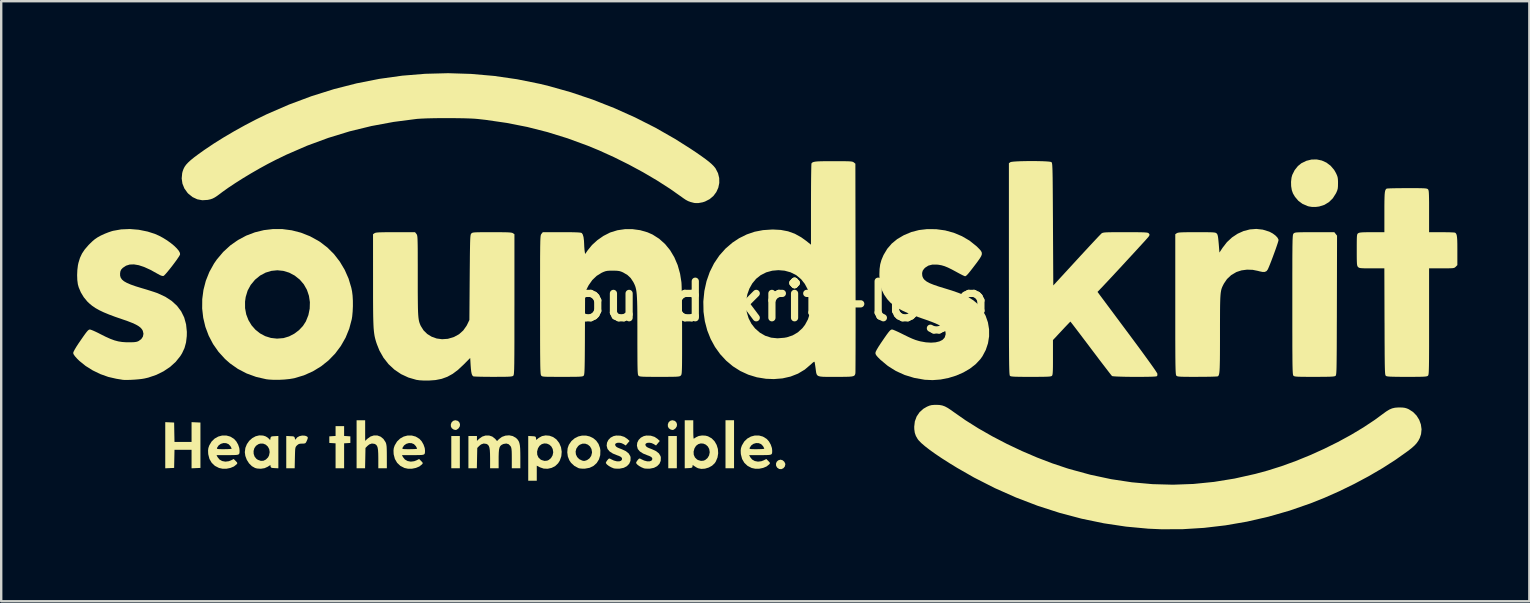
<source format=kicad_pcb>
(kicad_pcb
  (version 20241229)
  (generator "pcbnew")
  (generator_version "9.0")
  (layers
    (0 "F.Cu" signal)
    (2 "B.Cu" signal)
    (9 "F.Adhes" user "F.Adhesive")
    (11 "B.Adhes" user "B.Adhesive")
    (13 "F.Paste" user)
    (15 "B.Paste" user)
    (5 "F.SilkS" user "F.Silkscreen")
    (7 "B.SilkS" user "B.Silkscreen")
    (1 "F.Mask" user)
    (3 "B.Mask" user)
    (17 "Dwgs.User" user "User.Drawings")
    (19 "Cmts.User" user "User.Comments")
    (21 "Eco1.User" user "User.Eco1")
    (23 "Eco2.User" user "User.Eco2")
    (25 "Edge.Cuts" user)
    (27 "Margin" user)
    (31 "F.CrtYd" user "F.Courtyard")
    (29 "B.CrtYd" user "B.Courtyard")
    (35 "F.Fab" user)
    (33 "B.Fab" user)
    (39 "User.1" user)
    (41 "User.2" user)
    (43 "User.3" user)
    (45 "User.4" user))
  (footprint "soundskrit-logo"
    (layer "F.Cu")
    (at 28.825 9.502)
    (property "Reference" "soundskrit-logo" (at 0 0 0) (layer "F.SilkS") (effects (font (size 1.524 1.524) (thickness 0.3))))
    (attr board_only exclude_from_pos_files exclude_from_bom)
    (fp_poly (pts (xy -12.714 6.96) (xy -13.07 6.96) (xy -13.07 5.617) (xy -12.714 5.617)) (stroke (width 0) (type solid)) (fill yes) (layer "F.SilkS"))
    (fp_poly (pts (xy -3.672 6.96) (xy -4.028 6.96) (xy -4.028 5.617) (xy -3.672 5.617)) (stroke (width 0) (type solid)) (fill yes) (layer "F.SilkS"))
    (fp_poly (pts (xy -1.288 6.96) (xy -1.644 6.96) (xy -1.644 4.959) (xy -1.288 4.959)) (stroke (width 0) (type solid)) (fill yes) (layer "F.SilkS"))
    (fp_poly (pts (xy -17.536 5.614) (xy -17.406 5.622) (xy -17.276 5.631) (xy -17.276 5.905) (xy -17.406 5.913) (xy -17.536 5.921) (xy -17.536 6.96) (xy -17.892 6.96) (xy -17.892 5.921) (xy -18.022 5.913) (xy -18.153 5.905) (xy -18.153 5.631) (xy -18.022 5.622) (xy -17.892 5.614) (xy -17.892 5.206) (xy -17.536 5.206)) (stroke (width 0) (type solid)) (fill yes) (layer "F.SilkS"))
    (fp_poly (pts (xy 0.738 6.628) (xy 0.807 6.689) (xy 0.846 6.77) (xy 0.849 6.801) (xy 0.826 6.891) (xy 0.766 6.96) (xy 0.684 6.997) (xy 0.595 6.991) (xy 0.588 6.988) (xy 0.507 6.932) (xy 0.465 6.856) (xy 0.459 6.771) (xy 0.488 6.692) (xy 0.549 6.632) (xy 0.639 6.604) (xy 0.656 6.603)) (stroke (width 0) (type solid)) (fill yes) (layer "F.SilkS"))
    (fp_poly (pts (xy -23.708 5.047) (xy -23.523 5.055) (xy -23.523 6.946) (xy -23.708 6.954) (xy -23.893 6.962) (xy -23.893 6.192) (xy -24.604 6.192) (xy -24.619 6.946) (xy -24.804 6.954) (xy -24.989 6.962) (xy -24.989 5.039) (xy -24.804 5.047) (xy -24.619 5.055) (xy -24.612 5.459) (xy -24.604 5.864) (xy -23.893 5.864) (xy -23.893 5.039)) (stroke (width 0) (type solid)) (fill yes) (layer "F.SilkS"))
    (fp_poly (pts (xy -12.805 4.982) (xy -12.739 5.04) (xy -12.707 5.12) (xy -12.713 5.208) (xy -12.762 5.29) (xy -12.779 5.306) (xy -12.846 5.355) (xy -12.903 5.365) (xy -12.977 5.344) (xy -12.979 5.343) (xy -13.052 5.289) (xy -13.088 5.213) (xy -13.089 5.128) (xy -13.058 5.048) (xy -12.998 4.987) (xy -12.912 4.96) (xy -12.9 4.959)) (stroke (width 0) (type solid)) (fill yes) (layer "F.SilkS"))
    (fp_poly (pts (xy -3.763 4.982) (xy -3.697 5.04) (xy -3.665 5.12) (xy -3.671 5.208) (xy -3.72 5.29) (xy -3.737 5.306) (xy -3.804 5.355) (xy -3.861 5.365) (xy -3.935 5.344) (xy -3.937 5.343) (xy -4.01 5.289) (xy -4.046 5.213) (xy -4.046 5.128) (xy -4.016 5.048) (xy -3.956 4.987) (xy -3.87 4.96) (xy -3.858 4.959)) (stroke (width 0) (type solid)) (fill yes) (layer "F.SilkS"))
    (fp_poly (pts (xy -16.659 5.82) (xy -16.57 5.734) (xy -16.437 5.638) (xy -16.294 5.592) (xy -16.15 5.594) (xy -16.016 5.643) (xy -15.899 5.737) (xy -15.808 5.874) (xy -15.807 5.877) (xy -15.788 5.925) (xy -15.775 5.982) (xy -15.765 6.056) (xy -15.76 6.158) (xy -15.757 6.296) (xy -15.756 6.473) (xy -15.755 6.96) (xy -16.111 6.96) (xy -16.111 6.547) (xy -16.114 6.355) (xy -16.122 6.21) (xy -16.138 6.104) (xy -16.164 6.031) (xy -16.202 5.982) (xy -16.253 5.95) (xy -16.268 5.944) (xy -16.379 5.929) (xy -16.488 5.967) (xy -16.566 6.031) (xy -16.646 6.114) (xy -16.654 6.537) (xy -16.663 6.96) (xy -17.016 6.96) (xy -17.016 4.959) (xy -16.659 4.959)) (stroke (width 0) (type solid)) (fill yes) (layer "F.SilkS"))
    (fp_poly (pts (xy -19.171 5.603) (xy -19.113 5.621) (xy -19.066 5.649) (xy -19.048 5.683) (xy -19.059 5.738) (xy -19.094 5.823) (xy -19.126 5.887) (xy -19.158 5.919) (xy -19.211 5.931) (xy -19.284 5.932) (xy -19.379 5.938) (xy -19.443 5.96) (xy -19.501 6.007) (xy -19.501 6.008) (xy -19.53 6.038) (xy -19.55 6.068) (xy -19.564 6.106) (xy -19.574 6.164) (xy -19.579 6.249) (xy -19.583 6.372) (xy -19.587 6.522) (xy -19.596 6.96) (xy -19.947 6.96) (xy -19.947 5.614) (xy -19.776 5.623) (xy -19.683 5.628) (xy -19.63 5.639) (xy -19.604 5.662) (xy -19.591 5.703) (xy -19.589 5.713) (xy -19.575 5.764) (xy -19.561 5.766) (xy -19.552 5.748) (xy -19.492 5.674) (xy -19.398 5.622) (xy -19.285 5.597)) (stroke (width 0) (type solid)) (fill yes) (layer "F.SilkS"))
    (fp_poly (pts (xy 23.202 -5.864) (xy 23.397 -5.776) (xy 23.571 -5.645) (xy 23.717 -5.474) (xy 23.79 -5.347) (xy 23.834 -5.252) (xy 23.861 -5.174) (xy 23.874 -5.092) (xy 23.879 -4.985) (xy 23.879 -4.918) (xy 23.877 -4.792) (xy 23.869 -4.701) (xy 23.849 -4.623) (xy 23.814 -4.539) (xy 23.79 -4.49) (xy 23.663 -4.29) (xy 23.502 -4.131) (xy 23.31 -4.015) (xy 23.093 -3.947) (xy 22.954 -3.929) (xy 22.798 -3.929) (xy 22.664 -3.95) (xy 22.603 -3.968) (xy 22.396 -4.059) (xy 22.226 -4.185) (xy 22.085 -4.352) (xy 22.001 -4.494) (xy 21.953 -4.63) (xy 21.926 -4.797) (xy 21.922 -4.976) (xy 21.941 -5.148) (xy 21.973 -5.265) (xy 22.073 -5.464) (xy 22.208 -5.633) (xy 22.35 -5.748) (xy 22.559 -5.851) (xy 22.776 -5.904) (xy 22.992 -5.908)) (stroke (width 0) (type solid)) (fill yes) (layer "F.SilkS"))
    (fp_poly (pts (xy -8.98 5.604) (xy -8.828 5.659) (xy -8.693 5.755) (xy -8.688 5.76) (xy -8.572 5.91) (xy -8.498 6.084) (xy -8.469 6.271) (xy -8.485 6.459) (xy -8.547 6.638) (xy -8.618 6.752) (xy -8.738 6.867) (xy -8.887 6.944) (xy -9.052 6.981) (xy -9.22 6.974) (xy -9.377 6.921) (xy -9.38 6.919) (xy -9.508 6.852) (xy -9.508 7.48) (xy -9.864 7.48) (xy -9.864 6.265) (xy -9.495 6.265) (xy -9.488 6.397) (xy -9.439 6.51) (xy -9.35 6.595) (xy -9.307 6.618) (xy -9.186 6.653) (xy -9.077 6.643) (xy -9.012 6.616) (xy -8.916 6.537) (xy -8.85 6.425) (xy -8.823 6.297) (xy -8.823 6.288) (xy -8.845 6.156) (xy -8.902 6.051) (xy -8.986 5.976) (xy -9.087 5.933) (xy -9.195 5.925) (xy -9.3 5.955) (xy -9.392 6.025) (xy -9.457 6.126) (xy -9.495 6.265) (xy -9.864 6.265) (xy -9.864 5.614) (xy -9.707 5.623) (xy -9.617 5.629) (xy -9.569 5.641) (xy -9.548 5.666) (xy -9.54 5.706) (xy -9.532 5.781) (xy -9.424 5.694) (xy -9.291 5.621) (xy -9.139 5.591)) (stroke (width 0) (type solid)) (fill yes) (layer "F.SilkS"))
    (fp_poly (pts (xy -7.457 5.598) (xy -7.3 5.635) (xy -7.155 5.706) (xy -7.031 5.81) (xy -6.935 5.946) (xy -6.874 6.114) (xy -6.858 6.213) (xy -6.864 6.414) (xy -6.917 6.592) (xy -7.011 6.743) (xy -7.142 6.861) (xy -7.306 6.941) (xy -7.498 6.976) (xy -7.503 6.977) (xy -7.611 6.977) (xy -7.71 6.968) (xy -7.768 6.955) (xy -7.939 6.864) (xy -8.08 6.733) (xy -8.152 6.627) (xy -8.214 6.468) (xy -8.237 6.294) (xy -8.234 6.263) (xy -7.89 6.263) (xy -7.877 6.383) (xy -7.825 6.493) (xy -7.737 6.582) (xy -7.617 6.64) (xy -7.541 6.655) (xy -7.494 6.647) (xy -7.424 6.624) (xy -7.411 6.619) (xy -7.312 6.549) (xy -7.24 6.444) (xy -7.208 6.317) (xy -7.206 6.288) (xy -7.229 6.157) (xy -7.29 6.051) (xy -7.379 5.976) (xy -7.486 5.936) (xy -7.602 5.935) (xy -7.715 5.979) (xy -7.781 6.031) (xy -7.859 6.142) (xy -7.89 6.263) (xy -8.234 6.263) (xy -8.222 6.124) (xy -8.172 5.983) (xy -8.064 5.826) (xy -7.93 5.711) (xy -7.78 5.635) (xy -7.619 5.598)) (stroke (width 0) (type solid)) (fill yes) (layer "F.SilkS"))
    (fp_poly (pts (xy -20.915 5.597) (xy -20.816 5.627) (xy -20.737 5.672) (xy -20.673 5.726) (xy -20.619 5.787) (xy -20.605 5.709) (xy -20.593 5.665) (xy -20.569 5.64) (xy -20.517 5.628) (xy -20.434 5.623) (xy -20.276 5.614) (xy -20.276 6.962) (xy -20.434 6.954) (xy -20.524 6.947) (xy -20.573 6.934) (xy -20.594 6.909) (xy -20.6 6.885) (xy -20.609 6.824) (xy -20.719 6.897) (xy -20.85 6.956) (xy -21.006 6.981) (xy -21.164 6.97) (xy -21.249 6.947) (xy -21.381 6.872) (xy -21.498 6.755) (xy -21.591 6.609) (xy -21.652 6.447) (xy -21.674 6.288) (xy -21.667 6.241) (xy -21.309 6.241) (xy -21.305 6.362) (xy -21.265 6.476) (xy -21.188 6.57) (xy -21.126 6.61) (xy -21.004 6.652) (xy -20.895 6.646) (xy -20.794 6.596) (xy -20.705 6.506) (xy -20.663 6.423) (xy -20.638 6.287) (xy -20.658 6.162) (xy -20.714 6.057) (xy -20.799 5.978) (xy -20.905 5.934) (xy -21.027 5.932) (xy -21.105 5.955) (xy -21.209 6.025) (xy -21.277 6.124) (xy -21.309 6.241) (xy -21.667 6.241) (xy -21.651 6.113) (xy -21.587 5.954) (xy -21.49 5.816) (xy -21.366 5.706) (xy -21.225 5.628) (xy -21.072 5.59)) (stroke (width 0) (type solid)) (fill yes) (layer "F.SilkS"))
    (fp_poly (pts (xy -2.987 5.343) (xy -2.986 5.481) (xy -2.983 5.597) (xy -2.978 5.681) (xy -2.972 5.723) (xy -2.97 5.727) (xy -2.939 5.712) (xy -2.884 5.676) (xy -2.87 5.667) (xy -2.76 5.616) (xy -2.622 5.594) (xy -2.478 5.601) (xy -2.374 5.628) (xy -2.221 5.713) (xy -2.1 5.836) (xy -2.013 5.987) (xy -1.961 6.156) (xy -1.949 6.334) (xy -1.977 6.511) (xy -2.048 6.68) (xy -2.096 6.752) (xy -2.204 6.854) (xy -2.343 6.93) (xy -2.498 6.976) (xy -2.653 6.987) (xy -2.791 6.958) (xy -2.86 6.923) (xy -2.933 6.877) (xy -3.01 6.822) (xy -3.019 6.884) (xy -3.03 6.92) (xy -3.06 6.94) (xy -3.122 6.95) (xy -3.185 6.954) (xy -3.343 6.962) (xy -3.343 6.265) (xy -2.974 6.265) (xy -2.967 6.397) (xy -2.917 6.51) (xy -2.829 6.595) (xy -2.786 6.618) (xy -2.665 6.653) (xy -2.556 6.643) (xy -2.491 6.616) (xy -2.395 6.537) (xy -2.328 6.425) (xy -2.302 6.297) (xy -2.302 6.288) (xy -2.323 6.156) (xy -2.381 6.051) (xy -2.465 5.976) (xy -2.566 5.933) (xy -2.674 5.925) (xy -2.779 5.955) (xy -2.871 6.025) (xy -2.935 6.126) (xy -2.974 6.265) (xy -3.343 6.265) (xy -3.343 4.959) (xy -2.987 4.959)) (stroke (width 0) (type solid)) (fill yes) (layer "F.SilkS"))
    (fp_poly (pts (xy -10.509 5.619) (xy -10.379 5.692) (xy -10.361 5.708) (xy -10.305 5.766) (xy -10.263 5.829) (xy -10.233 5.906) (xy -10.212 6.006) (xy -10.2 6.137) (xy -10.195 6.307) (xy -10.193 6.473) (xy -10.193 6.96) (xy -10.549 6.96) (xy -10.549 6.542) (xy -10.55 6.377) (xy -10.553 6.257) (xy -10.56 6.171) (xy -10.57 6.111) (xy -10.586 6.066) (xy -10.602 6.038) (xy -10.678 5.959) (xy -10.777 5.929) (xy -10.894 5.948) (xy -10.914 5.956) (xy -10.979 5.989) (xy -11.027 6.033) (xy -11.06 6.096) (xy -11.081 6.185) (xy -11.092 6.31) (xy -11.097 6.477) (xy -11.097 6.561) (xy -11.097 6.96) (xy -11.453 6.96) (xy -11.453 6.547) (xy -11.456 6.355) (xy -11.464 6.21) (xy -11.48 6.104) (xy -11.506 6.031) (xy -11.544 5.982) (xy -11.595 5.95) (xy -11.61 5.944) (xy -11.721 5.929) (xy -11.83 5.967) (xy -11.908 6.031) (xy -11.988 6.114) (xy -12.005 6.96) (xy -12.357 6.96) (xy -12.357 5.617) (xy -12.001 5.617) (xy -12.001 5.82) (xy -11.912 5.734) (xy -11.782 5.641) (xy -11.64 5.595) (xy -11.496 5.595) (xy -11.36 5.64) (xy -11.243 5.732) (xy -11.232 5.745) (xy -11.164 5.826) (xy -11.084 5.746) (xy -10.958 5.652) (xy -10.811 5.6) (xy -10.658 5.588)) (stroke (width 0) (type solid)) (fill yes) (layer "F.SilkS"))
    (fp_poly (pts (xy -6.022 5.602) (xy -5.861 5.652) (xy -5.737 5.735) (xy -5.642 5.823) (xy -5.8 6.011) (xy -5.897 5.951) (xy -5.986 5.911) (xy -6.076 5.895) (xy -6.156 5.901) (xy -6.216 5.925) (xy -6.244 5.966) (xy -6.23 6.022) (xy -6.203 6.056) (xy -6.165 6.085) (xy -6.102 6.115) (xy -6.003 6.154) (xy -5.962 6.169) (xy -5.796 6.247) (xy -5.679 6.342) (xy -5.612 6.454) (xy -5.599 6.511) (xy -5.604 6.652) (xy -5.658 6.775) (xy -5.753 6.873) (xy -5.885 6.942) (xy -6.048 6.975) (xy -6.061 6.976) (xy -6.165 6.977) (xy -6.256 6.972) (xy -6.304 6.963) (xy -6.41 6.919) (xy -6.507 6.863) (xy -6.583 6.804) (xy -6.625 6.75) (xy -6.63 6.729) (xy -6.613 6.69) (xy -6.573 6.631) (xy -6.562 6.618) (xy -6.516 6.566) (xy -6.482 6.552) (xy -6.438 6.569) (xy -6.419 6.58) (xy -6.294 6.639) (xy -6.174 6.67) (xy -6.072 6.673) (xy -5.996 6.648) (xy -5.959 6.6) (xy -5.957 6.541) (xy -5.996 6.491) (xy -6.083 6.446) (xy -6.147 6.424) (xy -6.336 6.348) (xy -6.472 6.261) (xy -6.555 6.162) (xy -6.562 6.149) (xy -6.596 6.02) (xy -6.581 5.894) (xy -6.524 5.779) (xy -6.432 5.684) (xy -6.309 5.62) (xy -6.201 5.597)) (stroke (width 0) (type solid)) (fill yes) (layer "F.SilkS"))
    (fp_poly (pts (xy -4.761 5.602) (xy -4.6 5.652) (xy -4.477 5.735) (xy -4.382 5.823) (xy -4.539 6.011) (xy -4.636 5.951) (xy -4.725 5.911) (xy -4.815 5.895) (xy -4.896 5.901) (xy -4.956 5.925) (xy -4.984 5.966) (xy -4.97 6.022) (xy -4.943 6.056) (xy -4.904 6.085) (xy -4.842 6.115) (xy -4.742 6.154) (xy -4.702 6.169) (xy -4.536 6.247) (xy -4.418 6.342) (xy -4.351 6.454) (xy -4.338 6.511) (xy -4.344 6.652) (xy -4.397 6.775) (xy -4.493 6.873) (xy -4.625 6.942) (xy -4.788 6.975) (xy -4.801 6.976) (xy -4.905 6.977) (xy -4.996 6.972) (xy -5.043 6.963) (xy -5.149 6.919) (xy -5.246 6.863) (xy -5.322 6.804) (xy -5.365 6.75) (xy -5.369 6.729) (xy -5.353 6.69) (xy -5.313 6.631) (xy -5.302 6.618) (xy -5.256 6.566) (xy -5.222 6.552) (xy -5.177 6.569) (xy -5.159 6.58) (xy -5.033 6.639) (xy -4.914 6.67) (xy -4.811 6.673) (xy -4.735 6.648) (xy -4.698 6.6) (xy -4.696 6.541) (xy -4.736 6.491) (xy -4.822 6.446) (xy -4.886 6.424) (xy -5.075 6.348) (xy -5.211 6.261) (xy -5.295 6.162) (xy -5.301 6.149) (xy -5.335 6.02) (xy -5.321 5.894) (xy -5.264 5.779) (xy -5.171 5.684) (xy -5.049 5.62) (xy -4.941 5.597)) (stroke (width 0) (type solid)) (fill yes) (layer "F.SilkS"))
    (fp_poly (pts (xy -22.279 5.64) (xy -22.126 5.734) (xy -22.124 5.735) (xy -22.029 5.84) (xy -21.952 5.975) (xy -21.904 6.117) (xy -21.893 6.211) (xy -21.893 6.282) (xy -21.898 6.334) (xy -21.917 6.37) (xy -21.955 6.393) (xy -22.021 6.405) (xy -22.122 6.41) (xy -22.265 6.412) (xy -22.39 6.412) (xy -22.853 6.412) (xy -22.81 6.495) (xy -22.73 6.595) (xy -22.618 6.659) (xy -22.485 6.684) (xy -22.344 6.667) (xy -22.247 6.63) (xy -22.137 6.574) (xy -22.053 6.658) (xy -22.002 6.712) (xy -21.985 6.746) (xy -22 6.777) (xy -22.02 6.8) (xy -22.128 6.886) (xy -22.272 6.946) (xy -22.434 6.979) (xy -22.599 6.98) (xy -22.749 6.948) (xy -22.92 6.86) (xy -23.053 6.733) (xy -23.147 6.573) (xy -23.196 6.383) (xy -23.201 6.333) (xy -23.205 6.213) (xy -23.195 6.138) (xy -22.836 6.138) (xy -22.822 6.151) (xy -22.782 6.16) (xy -22.707 6.164) (xy -22.59 6.165) (xy -22.536 6.165) (xy -22.412 6.163) (xy -22.311 6.159) (xy -22.244 6.152) (xy -22.222 6.144) (xy -22.235 6.11) (xy -22.267 6.05) (xy -22.275 6.036) (xy -22.353 5.955) (xy -22.453 5.914) (xy -22.564 5.91) (xy -22.672 5.942) (xy -22.765 6.008) (xy -22.829 6.106) (xy -22.833 6.117) (xy -22.836 6.138) (xy -23.195 6.138) (xy -23.193 6.119) (xy -23.16 6.023) (xy -23.153 6.005) (xy -23.058 5.846) (xy -22.931 5.723) (xy -22.78 5.639) (xy -22.616 5.595) (xy -22.446 5.595)) (stroke (width 0) (type solid)) (fill yes) (layer "F.SilkS"))
    (fp_poly (pts (xy -14.553 5.64) (xy -14.399 5.734) (xy -14.397 5.735) (xy -14.302 5.84) (xy -14.226 5.975) (xy -14.177 6.117) (xy -14.166 6.211) (xy -14.166 6.282) (xy -14.172 6.334) (xy -14.19 6.37) (xy -14.228 6.393) (xy -14.294 6.405) (xy -14.395 6.41) (xy -14.538 6.412) (xy -14.663 6.412) (xy -15.126 6.412) (xy -15.083 6.495) (xy -15.003 6.595) (xy -14.891 6.659) (xy -14.758 6.684) (xy -14.617 6.667) (xy -14.52 6.63) (xy -14.41 6.574) (xy -14.326 6.658) (xy -14.275 6.712) (xy -14.259 6.746) (xy -14.273 6.777) (xy -14.293 6.8) (xy -14.401 6.886) (xy -14.545 6.946) (xy -14.707 6.979) (xy -14.872 6.98) (xy -15.022 6.948) (xy -15.193 6.86) (xy -15.327 6.733) (xy -15.42 6.573) (xy -15.47 6.383) (xy -15.474 6.333) (xy -15.478 6.213) (xy -15.468 6.138) (xy -15.109 6.138) (xy -15.095 6.151) (xy -15.055 6.16) (xy -14.981 6.164) (xy -14.863 6.165) (xy -14.809 6.165) (xy -14.685 6.163) (xy -14.584 6.159) (xy -14.517 6.152) (xy -14.495 6.144) (xy -14.508 6.11) (xy -14.54 6.05) (xy -14.548 6.036) (xy -14.626 5.955) (xy -14.727 5.914) (xy -14.837 5.91) (xy -14.945 5.942) (xy -15.038 6.008) (xy -15.102 6.106) (xy -15.106 6.117) (xy -15.109 6.138) (xy -15.468 6.138) (xy -15.466 6.119) (xy -15.433 6.023) (xy -15.426 6.005) (xy -15.331 5.846) (xy -15.204 5.723) (xy -15.053 5.639) (xy -14.889 5.595) (xy -14.719 5.595)) (stroke (width 0) (type solid)) (fill yes) (layer "F.SilkS"))
    (fp_poly (pts (xy -0.085 5.64) (xy 0.068 5.734) (xy 0.07 5.735) (xy 0.165 5.84) (xy 0.242 5.975) (xy 0.29 6.117) (xy 0.301 6.211) (xy 0.301 6.282) (xy 0.296 6.334) (xy 0.278 6.37) (xy 0.239 6.393) (xy 0.173 6.405) (xy 0.072 6.41) (xy -0.071 6.412) (xy -0.195 6.412) (xy -0.659 6.412) (xy -0.616 6.495) (xy -0.536 6.595) (xy -0.423 6.659) (xy -0.291 6.684) (xy -0.15 6.667) (xy -0.053 6.63) (xy 0.057 6.574) (xy 0.141 6.658) (xy 0.192 6.712) (xy 0.209 6.746) (xy 0.194 6.777) (xy 0.174 6.8) (xy 0.066 6.886) (xy -0.077 6.946) (xy -0.24 6.979) (xy -0.405 6.98) (xy -0.555 6.948) (xy -0.725 6.86) (xy -0.859 6.733) (xy -0.953 6.573) (xy -1.002 6.383) (xy -1.007 6.333) (xy -1.011 6.213) (xy -1.001 6.138) (xy -0.642 6.138) (xy -0.628 6.151) (xy -0.588 6.16) (xy -0.513 6.164) (xy -0.396 6.165) (xy -0.342 6.165) (xy -0.218 6.163) (xy -0.117 6.159) (xy -0.05 6.152) (xy -0.028 6.144) (xy -0.041 6.11) (xy -0.073 6.05) (xy -0.081 6.036) (xy -0.159 5.955) (xy -0.259 5.914) (xy -0.37 5.91) (xy -0.478 5.942) (xy -0.571 6.008) (xy -0.635 6.106) (xy -0.639 6.117) (xy -0.642 6.138) (xy -1.001 6.138) (xy -0.998 6.119) (xy -0.966 6.023) (xy -0.958 6.005) (xy -0.863 5.846) (xy -0.736 5.723) (xy -0.586 5.639) (xy -0.421 5.595) (xy -0.251 5.595)) (stroke (width 0) (type solid)) (fill yes) (layer "F.SilkS"))
    (fp_poly (pts (xy 23.839 -2.732) (xy 23.832 0.171) (xy 23.831 0.633) (xy 23.829 1.043) (xy 23.828 1.404) (xy 23.827 1.72) (xy 23.826 1.994) (xy 23.824 2.228) (xy 23.822 2.427) (xy 23.82 2.592) (xy 23.818 2.728) (xy 23.815 2.836) (xy 23.811 2.921) (xy 23.807 2.986) (xy 23.802 3.033) (xy 23.796 3.066) (xy 23.79 3.087) (xy 23.783 3.101) (xy 23.775 3.109) (xy 23.771 3.112) (xy 23.746 3.124) (xy 23.702 3.133) (xy 23.634 3.14) (xy 23.535 3.145) (xy 23.401 3.148) (xy 23.226 3.15) (xy 23.004 3.151) (xy 22.892 3.151) (xy 22.656 3.151) (xy 22.469 3.15) (xy 22.325 3.148) (xy 22.218 3.145) (xy 22.14 3.14) (xy 22.088 3.133) (xy 22.054 3.124) (xy 22.032 3.112) (xy 22.02 3.101) (xy 22.013 3.09) (xy 22.007 3.071) (xy 22.001 3.041) (xy 21.996 2.998) (xy 21.992 2.938) (xy 21.988 2.858) (xy 21.985 2.755) (xy 21.982 2.626) (xy 21.98 2.468) (xy 21.979 2.277) (xy 21.977 2.051) (xy 21.976 1.786) (xy 21.976 1.48) (xy 21.975 1.13) (xy 21.975 0.731) (xy 21.975 0.282) (xy 21.975 0.142) (xy 21.975 -0.321) (xy 21.975 -0.731) (xy 21.975 -1.093) (xy 21.976 -1.41) (xy 21.976 -1.684) (xy 21.977 -1.919) (xy 21.979 -2.118) (xy 21.98 -2.285) (xy 21.983 -2.421) (xy 21.985 -2.531) (xy 21.989 -2.617) (xy 21.993 -2.683) (xy 21.997 -2.732) (xy 22.003 -2.766) (xy 22.009 -2.79) (xy 22.016 -2.806) (xy 22.024 -2.816) (xy 22.03 -2.822) (xy 22.048 -2.838) (xy 22.071 -2.85) (xy 22.105 -2.86) (xy 22.157 -2.867) (xy 22.233 -2.871) (xy 22.339 -2.874) (xy 22.481 -2.876) (xy 22.665 -2.877) (xy 22.897 -2.877) (xy 23.725 -2.877)) (stroke (width 0) (type solid)) (fill yes) (layer "F.SilkS"))
    (fp_poly (pts (xy -20.106 -3.006) (xy -19.718 -2.955) (xy -19.333 -2.856) (xy -18.957 -2.707) (xy -18.594 -2.507) (xy -18.536 -2.47) (xy -18.231 -2.236) (xy -17.955 -1.96) (xy -17.714 -1.648) (xy -17.511 -1.307) (xy -17.35 -0.943) (xy -17.236 -0.561) (xy -17.205 -0.411) (xy -17.183 -0.235) (xy -17.171 -0.023) (xy -17.17 0.204) (xy -17.18 0.43) (xy -17.199 0.634) (xy -17.217 0.748) (xy -17.322 1.144) (xy -17.474 1.517) (xy -17.672 1.864) (xy -17.91 2.182) (xy -18.186 2.466) (xy -18.497 2.714) (xy -18.839 2.922) (xy -19.209 3.087) (xy -19.603 3.205) (xy -19.619 3.209) (xy -19.805 3.241) (xy -20.022 3.263) (xy -20.252 3.275) (xy -20.476 3.275) (xy -20.677 3.263) (xy -20.783 3.25) (xy -21.204 3.153) (xy -21.597 3.01) (xy -21.961 2.821) (xy -22.294 2.587) (xy -22.498 2.407) (xy -22.77 2.108) (xy -22.998 1.782) (xy -23.18 1.433) (xy -23.317 1.067) (xy -23.407 0.689) (xy -23.451 0.303) (xy -23.448 0.014) (xy -21.664 0.014) (xy -21.663 0.289) (xy -21.615 0.548) (xy -21.523 0.787) (xy -21.394 1.002) (xy -21.231 1.187) (xy -21.039 1.34) (xy -20.822 1.456) (xy -20.585 1.53) (xy -20.332 1.558) (xy -20.068 1.537) (xy -20.054 1.534) (xy -19.83 1.466) (xy -19.614 1.354) (xy -19.417 1.206) (xy -19.251 1.03) (xy -19.13 0.842) (xy -19.025 0.579) (xy -18.97 0.309) (xy -18.962 0.039) (xy -19.001 -0.224) (xy -19.085 -0.474) (xy -19.214 -0.702) (xy -19.383 -0.9) (xy -19.597 -1.07) (xy -19.828 -1.192) (xy -20.071 -1.265) (xy -20.319 -1.29) (xy -20.567 -1.265) (xy -20.808 -1.192) (xy -21.035 -1.071) (xy -21.244 -0.9) (xy -21.251 -0.893) (xy -21.428 -0.68) (xy -21.557 -0.442) (xy -21.637 -0.177) (xy -21.664 0.014) (xy -23.448 0.014) (xy -23.448 -0.085) (xy -23.397 -0.472) (xy -23.299 -0.851) (xy -23.152 -1.219) (xy -22.957 -1.57) (xy -22.84 -1.739) (xy -22.575 -2.053) (xy -22.28 -2.324) (xy -21.958 -2.551) (xy -21.614 -2.734) (xy -21.253 -2.871) (xy -20.878 -2.963) (xy -20.494 -3.008)) (stroke (width 0) (type solid)) (fill yes) (layer "F.SilkS"))
    (fp_poly (pts (xy 7.27 4.323) (xy 7.386 4.343) (xy 7.498 4.383) (xy 7.618 4.447) (xy 7.759 4.54) (xy 7.861 4.614) (xy 8.356 4.96) (xy 8.898 5.301) (xy 9.475 5.63) (xy 10.08 5.945) (xy 10.703 6.24) (xy 11.335 6.511) (xy 11.967 6.753) (xy 12.59 6.962) (xy 12.685 6.991) (xy 13.56 7.23) (xy 14.427 7.415) (xy 15.289 7.545) (xy 16.147 7.622) (xy 17.002 7.645) (xy 17.856 7.614) (xy 18.712 7.528) (xy 19.569 7.389) (xy 20.431 7.196) (xy 20.942 7.057) (xy 21.526 6.873) (xy 22.119 6.658) (xy 22.713 6.416) (xy 23.3 6.151) (xy 23.871 5.868) (xy 24.418 5.57) (xy 24.933 5.261) (xy 25.408 4.946) (xy 25.73 4.709) (xy 25.885 4.596) (xy 26.015 4.516) (xy 26.133 4.465) (xy 26.254 4.437) (xy 26.389 4.427) (xy 26.441 4.426) (xy 26.57 4.43) (xy 26.666 4.443) (xy 26.751 4.468) (xy 26.829 4.502) (xy 27.007 4.616) (xy 27.153 4.766) (xy 27.262 4.941) (xy 27.332 5.134) (xy 27.36 5.336) (xy 27.34 5.537) (xy 27.286 5.701) (xy 27.226 5.815) (xy 27.153 5.919) (xy 27.059 6.02) (xy 26.934 6.13) (xy 26.787 6.244) (xy 26.289 6.598) (xy 25.745 6.948) (xy 25.165 7.287) (xy 24.557 7.612) (xy 23.932 7.917) (xy 23.298 8.198) (xy 22.728 8.425) (xy 21.86 8.726) (xy 20.978 8.979) (xy 20.086 9.184) (xy 19.19 9.339) (xy 18.293 9.444) (xy 17.401 9.499) (xy 16.517 9.502) (xy 15.974 9.478) (xy 15.047 9.392) (xy 14.119 9.253) (xy 13.193 9.061) (xy 12.273 8.817) (xy 11.362 8.523) (xy 10.463 8.179) (xy 9.579 7.787) (xy 8.714 7.347) (xy 8.014 6.947) (xy 7.679 6.742) (xy 7.374 6.547) (xy 7.103 6.365) (xy 6.867 6.196) (xy 6.671 6.044) (xy 6.516 5.911) (xy 6.406 5.798) (xy 6.364 5.744) (xy 6.289 5.614) (xy 6.244 5.484) (xy 6.223 5.335) (xy 6.22 5.228) (xy 6.246 5.006) (xy 6.321 4.803) (xy 6.441 4.626) (xy 6.603 4.48) (xy 6.754 4.393) (xy 6.855 4.351) (xy 6.947 4.328) (xy 7.055 4.319) (xy 7.138 4.317)) (stroke (width 0) (type solid)) (fill yes) (layer "F.SilkS"))
    (fp_poly (pts (xy -12.243 -9.472) (xy -11.285 -9.388) (xy -10.329 -9.25) (xy -9.374 -9.057) (xy -8.987 -8.962) (xy -8.084 -8.707) (xy -7.182 -8.403) (xy -6.289 -8.052) (xy -5.413 -7.66) (xy -4.562 -7.229) (xy -3.744 -6.762) (xy -3.124 -6.37) (xy -2.867 -6.199) (xy -2.654 -6.051) (xy -2.479 -5.925) (xy -2.338 -5.816) (xy -2.227 -5.721) (xy -2.142 -5.637) (xy -2.077 -5.56) (xy -2.056 -5.53) (xy -1.956 -5.335) (xy -1.906 -5.132) (xy -1.903 -4.928) (xy -1.944 -4.731) (xy -2.027 -4.548) (xy -2.148 -4.386) (xy -2.306 -4.253) (xy -2.497 -4.155) (xy -2.595 -4.123) (xy -2.773 -4.09) (xy -2.923 -4.092) (xy -2.973 -4.102) (xy -3.1 -4.135) (xy -3.203 -4.173) (xy -3.301 -4.226) (xy -3.414 -4.302) (xy -3.453 -4.331) (xy -3.952 -4.683) (xy -4.496 -5.032) (xy -5.074 -5.372) (xy -5.675 -5.697) (xy -6.29 -6.003) (xy -6.907 -6.283) (xy -7.384 -6.48) (xy -8.224 -6.788) (xy -9.06 -7.047) (xy -9.902 -7.261) (xy -10.76 -7.43) (xy -11.644 -7.558) (xy -11.974 -7.595) (xy -12.12 -7.607) (xy -12.31 -7.616) (xy -12.537 -7.623) (xy -12.789 -7.627) (xy -13.057 -7.63) (xy -13.332 -7.63) (xy -13.605 -7.629) (xy -13.864 -7.625) (xy -14.102 -7.619) (xy -14.307 -7.61) (xy -14.472 -7.6) (xy -14.522 -7.595) (xy -15.472 -7.472) (xy -16.399 -7.3) (xy -17.306 -7.079) (xy -18.196 -6.806) (xy -19.073 -6.483) (xy -19.942 -6.106) (xy -20.391 -5.888) (xy -20.723 -5.717) (xy -21.066 -5.529) (xy -21.411 -5.33) (xy -21.748 -5.127) (xy -22.068 -4.924) (xy -22.36 -4.73) (xy -22.615 -4.548) (xy -22.687 -4.493) (xy -22.819 -4.395) (xy -22.922 -4.327) (xy -23.012 -4.28) (xy -23.103 -4.248) (xy -23.207 -4.225) (xy -23.225 -4.222) (xy -23.445 -4.208) (xy -23.654 -4.247) (xy -23.849 -4.338) (xy -24.025 -4.479) (xy -24.059 -4.514) (xy -24.191 -4.697) (xy -24.273 -4.9) (xy -24.304 -5.116) (xy -24.283 -5.339) (xy -24.263 -5.416) (xy -24.229 -5.51) (xy -24.184 -5.599) (xy -24.121 -5.688) (xy -24.036 -5.78) (xy -23.925 -5.882) (xy -23.782 -5.998) (xy -23.603 -6.131) (xy -23.383 -6.288) (xy -23.338 -6.319) (xy -22.965 -6.57) (xy -22.552 -6.828) (xy -22.113 -7.086) (xy -21.661 -7.337) (xy -21.211 -7.572) (xy -20.774 -7.785) (xy -20.757 -7.793) (xy -19.831 -8.195) (xy -18.899 -8.543) (xy -17.96 -8.838) (xy -17.015 -9.079) (xy -16.066 -9.266) (xy -15.113 -9.399) (xy -14.158 -9.477) (xy -13.201 -9.502)) (stroke (width 0) (type solid)) (fill yes) (layer "F.SilkS"))
    (fp_poly (pts (xy 20.744 -2.983) (xy 21.004 -2.903) (xy 21.03 -2.892) (xy 21.159 -2.823) (xy 21.27 -2.741) (xy 21.351 -2.657) (xy 21.395 -2.577) (xy 21.4 -2.547) (xy 21.39 -2.502) (xy 21.364 -2.415) (xy 21.324 -2.296) (xy 21.275 -2.154) (xy 21.218 -1.998) (xy 21.159 -1.838) (xy 21.1 -1.682) (xy 21.045 -1.541) (xy 20.997 -1.424) (xy 20.959 -1.339) (xy 20.95 -1.32) (xy 20.9 -1.255) (xy 20.828 -1.222) (xy 20.728 -1.221) (xy 20.591 -1.25) (xy 20.551 -1.262) (xy 20.324 -1.308) (xy 20.088 -1.316) (xy 19.858 -1.286) (xy 19.652 -1.219) (xy 19.641 -1.214) (xy 19.426 -1.087) (xy 19.254 -0.926) (xy 19.126 -0.737) (xy 19.093 -0.674) (xy 19.065 -0.617) (xy 19.041 -0.561) (xy 19.021 -0.501) (xy 19.005 -0.432) (xy 18.992 -0.35) (xy 18.982 -0.251) (xy 18.974 -0.128) (xy 18.969 0.021) (xy 18.965 0.202) (xy 18.963 0.419) (xy 18.962 0.677) (xy 18.961 0.981) (xy 18.961 1.334) (xy 18.961 1.687) (xy 18.96 1.99) (xy 18.959 2.245) (xy 18.957 2.459) (xy 18.953 2.633) (xy 18.949 2.773) (xy 18.943 2.883) (xy 18.935 2.967) (xy 18.925 3.028) (xy 18.913 3.072) (xy 18.899 3.101) (xy 18.883 3.12) (xy 18.87 3.129) (xy 18.835 3.135) (xy 18.753 3.139) (xy 18.63 3.144) (xy 18.473 3.147) (xy 18.29 3.149) (xy 18.087 3.15) (xy 18.013 3.151) (xy 17.778 3.151) (xy 17.591 3.15) (xy 17.447 3.148) (xy 17.34 3.145) (xy 17.263 3.14) (xy 17.21 3.133) (xy 17.177 3.124) (xy 17.155 3.112) (xy 17.143 3.101) (xy 17.136 3.09) (xy 17.129 3.071) (xy 17.124 3.041) (xy 17.119 2.998) (xy 17.115 2.938) (xy 17.111 2.858) (xy 17.108 2.756) (xy 17.105 2.627) (xy 17.103 2.468) (xy 17.101 2.278) (xy 17.1 2.053) (xy 17.099 1.789) (xy 17.098 1.483) (xy 17.098 1.133) (xy 17.098 0.735) (xy 17.098 0.287) (xy 17.098 0.13) (xy 17.098 -2.792) (xy 17.159 -2.834) (xy 17.184 -2.847) (xy 17.223 -2.857) (xy 17.283 -2.865) (xy 17.368 -2.87) (xy 17.486 -2.874) (xy 17.643 -2.876) (xy 17.845 -2.877) (xy 17.994 -2.877) (xy 18.222 -2.877) (xy 18.401 -2.876) (xy 18.537 -2.874) (xy 18.638 -2.871) (xy 18.71 -2.865) (xy 18.758 -2.858) (xy 18.79 -2.847) (xy 18.811 -2.834) (xy 18.821 -2.825) (xy 18.842 -2.8) (xy 18.858 -2.766) (xy 18.872 -2.714) (xy 18.884 -2.638) (xy 18.896 -2.528) (xy 18.91 -2.378) (xy 18.921 -2.24) (xy 18.938 -2.028) (xy 19.068 -2.226) (xy 19.251 -2.462) (xy 19.463 -2.659) (xy 19.697 -2.814) (xy 19.948 -2.926) (xy 20.21 -2.993) (xy 20.477 -3.013)) (stroke (width 0) (type solid)) (fill yes) (layer "F.SilkS"))
    (fp_poly (pts (xy 26.994 -4.712) (xy 27.181 -4.712) (xy 27.325 -4.71) (xy 27.432 -4.707) (xy 27.509 -4.702) (xy 27.561 -4.695) (xy 27.595 -4.686) (xy 27.617 -4.674) (xy 27.629 -4.663) (xy 27.642 -4.644) (xy 27.652 -4.614) (xy 27.66 -4.567) (xy 27.665 -4.498) (xy 27.669 -4.401) (xy 27.672 -4.27) (xy 27.674 -4.098) (xy 27.674 -3.881) (xy 27.674 -3.745) (xy 27.674 -2.877) (xy 28.202 -2.877) (xy 28.367 -2.875) (xy 28.515 -2.873) (xy 28.635 -2.868) (xy 28.72 -2.863) (xy 28.759 -2.856) (xy 28.759 -2.856) (xy 28.789 -2.83) (xy 28.811 -2.793) (xy 28.828 -2.737) (xy 28.839 -2.656) (xy 28.847 -2.543) (xy 28.851 -2.391) (xy 28.852 -2.193) (xy 28.852 -2.11) (xy 28.852 -1.505) (xy 28.785 -1.437) (xy 28.76 -1.414) (xy 28.734 -1.397) (xy 28.698 -1.385) (xy 28.644 -1.377) (xy 28.563 -1.373) (xy 28.449 -1.371) (xy 28.292 -1.37) (xy 28.196 -1.37) (xy 27.674 -1.37) (xy 27.674 0.845) (xy 27.674 1.246) (xy 27.674 1.595) (xy 27.674 1.897) (xy 27.673 2.155) (xy 27.672 2.372) (xy 27.67 2.553) (xy 27.668 2.7) (xy 27.665 2.817) (xy 27.662 2.908) (xy 27.658 2.977) (xy 27.653 3.027) (xy 27.647 3.061) (xy 27.64 3.083) (xy 27.632 3.098) (xy 27.624 3.106) (xy 27.605 3.119) (xy 27.574 3.129) (xy 27.526 3.137) (xy 27.456 3.143) (xy 27.356 3.147) (xy 27.221 3.149) (xy 27.045 3.151) (xy 26.822 3.151) (xy 26.753 3.151) (xy 26.509 3.151) (xy 26.315 3.149) (xy 26.164 3.146) (xy 26.052 3.142) (xy 25.972 3.136) (xy 25.918 3.128) (xy 25.886 3.117) (xy 25.878 3.112) (xy 25.868 3.104) (xy 25.86 3.091) (xy 25.853 3.071) (xy 25.846 3.04) (xy 25.841 2.993) (xy 25.837 2.928) (xy 25.833 2.842) (xy 25.83 2.729) (xy 25.827 2.588) (xy 25.825 2.413) (xy 25.823 2.203) (xy 25.822 1.952) (xy 25.82 1.659) (xy 25.819 1.318) (xy 25.818 0.926) (xy 25.817 0.852) (xy 25.81 -1.37) (xy 25.29 -1.37) (xy 25.108 -1.37) (xy 24.972 -1.372) (xy 24.875 -1.376) (xy 24.809 -1.382) (xy 24.766 -1.392) (xy 24.737 -1.406) (xy 24.715 -1.425) (xy 24.698 -1.445) (xy 24.685 -1.471) (xy 24.675 -1.51) (xy 24.668 -1.568) (xy 24.664 -1.654) (xy 24.661 -1.774) (xy 24.66 -1.934) (xy 24.66 -2.136) (xy 24.66 -2.342) (xy 24.661 -2.5) (xy 24.663 -2.617) (xy 24.667 -2.7) (xy 24.674 -2.756) (xy 24.683 -2.792) (xy 24.696 -2.814) (xy 24.714 -2.829) (xy 24.721 -2.834) (xy 24.752 -2.85) (xy 24.801 -2.861) (xy 24.874 -2.869) (xy 24.98 -2.874) (xy 25.126 -2.876) (xy 25.296 -2.877) (xy 25.811 -2.877) (xy 25.811 -3.715) (xy 25.811 -3.965) (xy 25.813 -4.167) (xy 25.817 -4.325) (xy 25.822 -4.446) (xy 25.831 -4.535) (xy 25.843 -4.599) (xy 25.859 -4.642) (xy 25.88 -4.672) (xy 25.904 -4.692) (xy 25.938 -4.697) (xy 26.02 -4.702) (xy 26.143 -4.706) (xy 26.299 -4.709) (xy 26.482 -4.711) (xy 26.685 -4.712) (xy 26.759 -4.712)) (stroke (width 0) (type solid)) (fill yes) (layer "F.SilkS"))
    (fp_poly (pts (xy 3.087 -5.836) (xy 3.267 -5.835) (xy 3.405 -5.833) (xy 3.507 -5.83) (xy 3.581 -5.824) (xy 3.632 -5.817) (xy 3.666 -5.806) (xy 3.691 -5.793) (xy 3.703 -5.784) (xy 3.768 -5.731) (xy 3.775 -1.393) (xy 3.776 -0.909) (xy 3.776 -0.439) (xy 3.777 0.013) (xy 3.777 0.445) (xy 3.777 0.854) (xy 3.777 1.236) (xy 3.776 1.589) (xy 3.776 1.91) (xy 3.775 2.196) (xy 3.774 2.443) (xy 3.773 2.649) (xy 3.772 2.811) (xy 3.771 2.927) (xy 3.769 2.992) (xy 3.768 3.005) (xy 3.757 3.047) (xy 3.741 3.081) (xy 3.714 3.106) (xy 3.671 3.124) (xy 3.604 3.137) (xy 3.509 3.145) (xy 3.378 3.149) (xy 3.206 3.151) (xy 2.986 3.151) (xy 2.944 3.151) (xy 2.716 3.151) (xy 2.537 3.151) (xy 2.4 3.147) (xy 2.299 3.136) (xy 2.229 3.117) (xy 2.182 3.086) (xy 2.153 3.041) (xy 2.135 2.979) (xy 2.123 2.898) (xy 2.11 2.795) (xy 2.094 2.684) (xy 2.08 2.593) (xy 2.069 2.535) (xy 2.067 2.526) (xy 2.043 2.524) (xy 1.989 2.562) (xy 1.913 2.633) (xy 1.66 2.848) (xy 1.378 3.017) (xy 1.068 3.139) (xy 0.732 3.215) (xy 0.37 3.244) (xy 0.041 3.231) (xy -0.336 3.17) (xy -0.693 3.061) (xy -1.027 2.907) (xy -1.336 2.711) (xy -1.616 2.476) (xy -1.866 2.206) (xy -2.083 1.903) (xy -2.263 1.572) (xy -2.404 1.216) (xy -2.504 0.837) (xy -2.56 0.44) (xy -2.564 0.214) (xy -0.788 0.214) (xy -0.755 0.466) (xy -0.682 0.709) (xy -0.567 0.935) (xy -0.413 1.133) (xy -0.209 1.312) (xy 0.014 1.44) (xy 0.258 1.518) (xy 0.522 1.545) (xy 0.808 1.522) (xy 0.918 1.502) (xy 1.154 1.423) (xy 1.37 1.297) (xy 1.557 1.127) (xy 1.669 0.984) (xy 1.791 0.756) (xy 1.87 0.51) (xy 1.906 0.254) (xy 1.902 -0.006) (xy 1.859 -0.26) (xy 1.777 -0.502) (xy 1.66 -0.723) (xy 1.507 -0.917) (xy 1.32 -1.074) (xy 1.295 -1.091) (xy 1.067 -1.205) (xy 0.819 -1.273) (xy 0.561 -1.295) (xy 0.303 -1.272) (xy 0.055 -1.204) (xy -0.171 -1.091) (xy -0.367 -0.936) (xy -0.526 -0.745) (xy -0.648 -0.528) (xy -0.733 -0.291) (xy -0.78 -0.041) (xy -0.788 0.214) (xy -2.564 0.214) (xy -2.568 0.028) (xy -2.567 0) (xy -2.524 -0.429) (xy -2.434 -0.837) (xy -2.3 -1.22) (xy -2.123 -1.575) (xy -1.905 -1.899) (xy -1.648 -2.189) (xy -1.354 -2.442) (xy -1.075 -2.626) (xy -0.757 -2.784) (xy -0.429 -2.896) (xy -0.082 -2.963) (xy 0.294 -2.988) (xy 0.329 -2.989) (xy 0.662 -2.971) (xy 0.964 -2.913) (xy 1.244 -2.812) (xy 1.511 -2.664) (xy 1.713 -2.519) (xy 1.918 -2.356) (xy 1.918 -4.034) (xy 1.919 -4.333) (xy 1.92 -4.616) (xy 1.921 -4.878) (xy 1.923 -5.114) (xy 1.926 -5.32) (xy 1.929 -5.49) (xy 1.932 -5.621) (xy 1.935 -5.706) (xy 1.939 -5.743) (xy 1.939 -5.743) (xy 1.961 -5.769) (xy 1.992 -5.79) (xy 2.039 -5.806) (xy 2.107 -5.818) (xy 2.202 -5.827) (xy 2.33 -5.832) (xy 2.498 -5.835) (xy 2.711 -5.836) (xy 2.858 -5.836)) (stroke (width 0) (type solid)) (fill yes) (layer "F.SilkS"))
    (fp_poly (pts (xy 7.135 -3.002) (xy 7.509 -2.951) (xy 7.87 -2.852) (xy 8.21 -2.709) (xy 8.525 -2.525) (xy 8.806 -2.3) (xy 8.857 -2.252) (xy 8.944 -2.164) (xy 9.004 -2.092) (xy 9.035 -2.027) (xy 9.038 -1.959) (xy 9.011 -1.881) (xy 8.953 -1.783) (xy 8.864 -1.657) (xy 8.778 -1.542) (xy 8.651 -1.376) (xy 8.552 -1.249) (xy 8.477 -1.157) (xy 8.421 -1.095) (xy 8.38 -1.059) (xy 8.35 -1.043) (xy 8.337 -1.041) (xy 8.301 -1.054) (xy 8.226 -1.089) (xy 8.125 -1.141) (xy 8.006 -1.205) (xy 7.979 -1.22) (xy 7.784 -1.325) (xy 7.623 -1.404) (xy 7.486 -1.46) (xy 7.361 -1.497) (xy 7.239 -1.519) (xy 7.159 -1.527) (xy 6.967 -1.525) (xy 6.81 -1.484) (xy 6.682 -1.403) (xy 6.632 -1.354) (xy 6.573 -1.271) (xy 6.551 -1.186) (xy 6.549 -1.143) (xy 6.558 -1.048) (xy 6.591 -0.965) (xy 6.65 -0.889) (xy 6.74 -0.819) (xy 6.867 -0.751) (xy 7.036 -0.683) (xy 7.249 -0.61) (xy 7.453 -0.548) (xy 7.781 -0.447) (xy 8.06 -0.35) (xy 8.296 -0.253) (xy 8.496 -0.155) (xy 8.664 -0.05) (xy 8.807 0.064) (xy 8.931 0.19) (xy 9.04 0.332) (xy 9.051 0.347) (xy 9.195 0.605) (xy 9.291 0.882) (xy 9.339 1.17) (xy 9.34 1.463) (xy 9.294 1.753) (xy 9.201 2.032) (xy 9.062 2.294) (xy 8.973 2.418) (xy 8.777 2.626) (xy 8.539 2.811) (xy 8.265 2.97) (xy 7.965 3.1) (xy 7.647 3.198) (xy 7.318 3.262) (xy 6.987 3.287) (xy 6.661 3.272) (xy 6.645 3.27) (xy 6.217 3.194) (xy 5.822 3.073) (xy 5.457 2.908) (xy 5.122 2.698) (xy 4.816 2.442) (xy 4.802 2.429) (xy 4.706 2.333) (xy 4.645 2.262) (xy 4.613 2.207) (xy 4.603 2.16) (xy 4.603 2.158) (xy 4.616 2.104) (xy 4.658 2.02) (xy 4.728 1.901) (xy 4.831 1.744) (xy 4.868 1.69) (xy 4.982 1.523) (xy 5.07 1.397) (xy 5.138 1.306) (xy 5.189 1.244) (xy 5.229 1.205) (xy 5.261 1.185) (xy 5.291 1.179) (xy 5.302 1.178) (xy 5.345 1.19) (xy 5.427 1.224) (xy 5.539 1.274) (xy 5.672 1.338) (xy 5.786 1.395) (xy 5.978 1.489) (xy 6.135 1.56) (xy 6.271 1.613) (xy 6.399 1.652) (xy 6.476 1.672) (xy 6.707 1.713) (xy 6.92 1.726) (xy 7.11 1.713) (xy 7.271 1.674) (xy 7.396 1.612) (xy 7.479 1.526) (xy 7.496 1.493) (xy 7.53 1.375) (xy 7.522 1.274) (xy 7.472 1.175) (xy 7.419 1.111) (xy 7.346 1.051) (xy 7.245 0.99) (xy 7.113 0.926) (xy 6.942 0.857) (xy 6.728 0.779) (xy 6.574 0.726) (xy 6.243 0.61) (xy 5.962 0.499) (xy 5.724 0.39) (xy 5.524 0.281) (xy 5.358 0.168) (xy 5.219 0.05) (xy 5.102 -0.079) (xy 5.096 -0.086) (xy 4.962 -0.279) (xy 4.866 -0.475) (xy 4.805 -0.686) (xy 4.774 -0.925) (xy 4.768 -1.115) (xy 4.776 -1.343) (xy 4.803 -1.539) (xy 4.854 -1.72) (xy 4.933 -1.907) (xy 4.945 -1.932) (xy 5.096 -2.185) (xy 5.284 -2.403) (xy 5.513 -2.591) (xy 5.788 -2.752) (xy 5.795 -2.755) (xy 6.103 -2.884) (xy 6.419 -2.966) (xy 6.754 -3.005)) (stroke (width 0) (type solid)) (fill yes) (layer "F.SilkS"))
    (fp_poly (pts (xy -14.524 -2.805) (xy -14.512 -2.789) (xy -14.502 -2.77) (xy -14.494 -2.745) (xy -14.487 -2.709) (xy -14.481 -2.657) (xy -14.477 -2.585) (xy -14.474 -2.49) (xy -14.471 -2.367) (xy -14.469 -2.212) (xy -14.468 -2.02) (xy -14.468 -1.787) (xy -14.467 -1.51) (xy -14.467 -1.183) (xy -14.467 -1.066) (xy -14.467 -0.704) (xy -14.467 -0.392) (xy -14.465 -0.126) (xy -14.463 0.099) (xy -14.46 0.287) (xy -14.455 0.443) (xy -14.448 0.57) (xy -14.439 0.675) (xy -14.428 0.76) (xy -14.414 0.831) (xy -14.397 0.892) (xy -14.377 0.947) (xy -14.354 1.002) (xy -14.34 1.032) (xy -14.225 1.215) (xy -14.072 1.365) (xy -13.887 1.479) (xy -13.679 1.553) (xy -13.455 1.583) (xy -13.223 1.567) (xy -13.201 1.563) (xy -12.958 1.49) (xy -12.747 1.375) (xy -12.572 1.218) (xy -12.433 1.022) (xy -12.401 0.959) (xy -12.316 0.781) (xy -12.303 -0.99) (xy -12.3 -1.346) (xy -12.297 -1.651) (xy -12.295 -1.909) (xy -12.292 -2.124) (xy -12.289 -2.301) (xy -12.286 -2.444) (xy -12.282 -2.556) (xy -12.278 -2.641) (xy -12.272 -2.705) (xy -12.266 -2.75) (xy -12.259 -2.781) (xy -12.25 -2.801) (xy -12.24 -2.816) (xy -12.237 -2.819) (xy -12.22 -2.836) (xy -12.199 -2.849) (xy -12.168 -2.859) (xy -12.12 -2.866) (xy -12.05 -2.871) (xy -11.95 -2.874) (xy -11.815 -2.876) (xy -11.639 -2.877) (xy -11.415 -2.877) (xy -11.373 -2.877) (xy -11.135 -2.877) (xy -10.945 -2.875) (xy -10.799 -2.873) (xy -10.689 -2.869) (xy -10.61 -2.863) (xy -10.556 -2.855) (xy -10.52 -2.845) (xy -10.5 -2.834) (xy -10.439 -2.792) (xy -10.439 0.134) (xy -10.44 0.599) (xy -10.44 1.011) (xy -10.44 1.375) (xy -10.44 1.693) (xy -10.441 1.969) (xy -10.442 2.206) (xy -10.444 2.407) (xy -10.445 2.574) (xy -10.448 2.712) (xy -10.45 2.822) (xy -10.454 2.909) (xy -10.458 2.975) (xy -10.462 3.024) (xy -10.468 3.058) (xy -10.474 3.081) (xy -10.481 3.096) (xy -10.489 3.105) (xy -10.49 3.106) (xy -10.509 3.119) (xy -10.541 3.129) (xy -10.589 3.137) (xy -10.661 3.143) (xy -10.762 3.147) (xy -10.899 3.149) (xy -11.078 3.15) (xy -11.305 3.151) (xy -11.332 3.151) (xy -11.536 3.15) (xy -11.723 3.148) (xy -11.885 3.145) (xy -12.015 3.141) (xy -12.106 3.136) (xy -12.152 3.131) (xy -12.155 3.13) (xy -12.191 3.094) (xy -12.218 3.034) (xy -12.238 2.942) (xy -12.253 2.81) (xy -12.263 2.682) (xy -12.282 2.364) (xy -12.56 2.644) (xy -12.79 2.859) (xy -13.012 3.026) (xy -13.236 3.149) (xy -13.471 3.234) (xy -13.726 3.285) (xy -14.002 3.305) (xy -14.209 3.305) (xy -14.388 3.295) (xy -14.523 3.276) (xy -14.856 3.18) (xy -15.163 3.037) (xy -15.44 2.85) (xy -15.685 2.622) (xy -15.895 2.355) (xy -16.065 2.054) (xy -16.17 1.791) (xy -16.2 1.703) (xy -16.225 1.619) (xy -16.247 1.537) (xy -16.266 1.452) (xy -16.281 1.359) (xy -16.294 1.254) (xy -16.305 1.133) (xy -16.313 0.991) (xy -16.319 0.824) (xy -16.324 0.627) (xy -16.327 0.397) (xy -16.329 0.128) (xy -16.33 -0.183) (xy -16.33 -0.541) (xy -16.33 -0.868) (xy -16.331 -2.792) (xy -16.27 -2.834) (xy -16.245 -2.847) (xy -16.207 -2.857) (xy -16.149 -2.864) (xy -16.065 -2.87) (xy -15.949 -2.873) (xy -15.796 -2.876) (xy -15.599 -2.877) (xy -15.395 -2.877) (xy -14.581 -2.877)) (stroke (width 0) (type solid)) (fill yes) (layer "F.SilkS"))
    (fp_poly (pts (xy -26.093 -2.978) (xy -25.724 -2.903) (xy -25.427 -2.808) (xy -25.256 -2.733) (xy -25.083 -2.641) (xy -24.915 -2.537) (xy -24.759 -2.425) (xy -24.62 -2.311) (xy -24.506 -2.2) (xy -24.423 -2.099) (xy -24.377 -2.011) (xy -24.372 -1.95) (xy -24.396 -1.899) (xy -24.448 -1.818) (xy -24.52 -1.713) (xy -24.607 -1.595) (xy -24.701 -1.47) (xy -24.797 -1.348) (xy -24.888 -1.236) (xy -24.967 -1.144) (xy -25.028 -1.08) (xy -25.064 -1.053) (xy -25.065 -1.052) (xy -25.12 -1.054) (xy -25.203 -1.085) (xy -25.311 -1.144) (xy -25.603 -1.306) (xy -25.862 -1.424) (xy -26.092 -1.501) (xy -26.294 -1.535) (xy -26.47 -1.529) (xy -26.623 -1.481) (xy -26.755 -1.393) (xy -26.762 -1.387) (xy -26.826 -1.318) (xy -26.858 -1.247) (xy -26.871 -1.163) (xy -26.87 -1.066) (xy -26.845 -0.981) (xy -26.792 -0.903) (xy -26.708 -0.832) (xy -26.586 -0.763) (xy -26.425 -0.694) (xy -26.218 -0.621) (xy -25.962 -0.543) (xy -25.938 -0.536) (xy -25.773 -0.487) (xy -25.608 -0.435) (xy -25.459 -0.387) (xy -25.34 -0.346) (xy -25.3 -0.331) (xy -24.987 -0.186) (xy -24.72 -0.012) (xy -24.499 0.191) (xy -24.326 0.421) (xy -24.199 0.679) (xy -24.121 0.964) (xy -24.089 1.276) (xy -24.092 1.452) (xy -24.123 1.717) (xy -24.187 1.951) (xy -24.289 2.17) (xy -24.361 2.286) (xy -24.553 2.525) (xy -24.788 2.738) (xy -25.062 2.921) (xy -25.367 3.071) (xy -25.698 3.183) (xy -25.852 3.219) (xy -25.965 3.238) (xy -26.108 3.254) (xy -26.268 3.267) (xy -26.429 3.276) (xy -26.578 3.28) (xy -26.699 3.279) (xy -26.77 3.273) (xy -26.832 3.262) (xy -26.927 3.247) (xy -27.03 3.23) (xy -27.362 3.154) (xy -27.694 3.036) (xy -28.013 2.881) (xy -28.308 2.696) (xy -28.567 2.487) (xy -28.657 2.399) (xy -28.756 2.288) (xy -28.811 2.206) (xy -28.825 2.155) (xy -28.809 2.104) (xy -28.765 2.018) (xy -28.698 1.904) (xy -28.615 1.776) (xy -28.49 1.594) (xy -28.392 1.453) (xy -28.316 1.347) (xy -28.258 1.272) (xy -28.214 1.223) (xy -28.179 1.194) (xy -28.149 1.181) (xy -28.127 1.178) (xy -28.08 1.191) (xy -27.995 1.224) (xy -27.882 1.275) (xy -27.753 1.338) (xy -27.696 1.368) (xy -27.469 1.482) (xy -27.276 1.568) (xy -27.106 1.631) (xy -26.947 1.673) (xy -26.789 1.698) (xy -26.619 1.71) (xy -26.537 1.711) (xy -26.387 1.71) (xy -26.278 1.705) (xy -26.199 1.694) (xy -26.138 1.676) (xy -26.102 1.66) (xy -25.989 1.579) (xy -25.92 1.474) (xy -25.897 1.356) (xy -25.924 1.234) (xy -25.956 1.175) (xy -26.014 1.106) (xy -26.098 1.04) (xy -26.211 0.974) (xy -26.362 0.905) (xy -26.554 0.83) (xy -26.776 0.753) (xy -27.081 0.648) (xy -27.339 0.551) (xy -27.556 0.461) (xy -27.74 0.373) (xy -27.896 0.285) (xy -28.032 0.193) (xy -28.152 0.093) (xy -28.236 0.013) (xy -28.383 -0.165) (xy -28.507 -0.37) (xy -28.597 -0.583) (xy -28.631 -0.707) (xy -28.654 -0.883) (xy -28.661 -1.088) (xy -28.652 -1.301) (xy -28.628 -1.498) (xy -28.606 -1.6) (xy -28.542 -1.808) (xy -28.457 -1.989) (xy -28.343 -2.159) (xy -28.192 -2.334) (xy -28.14 -2.387) (xy -28.02 -2.503) (xy -27.917 -2.589) (xy -27.814 -2.659) (xy -27.694 -2.726) (xy -27.645 -2.75) (xy -27.507 -2.813) (xy -27.356 -2.872) (xy -27.217 -2.919) (xy -27.167 -2.933) (xy -26.825 -2.994) (xy -26.463 -3.009)) (stroke (width 0) (type solid)) (fill yes) (layer "F.SilkS"))
    (fp_poly (pts (xy 11.399 -5.838) (xy 11.571 -5.834) (xy 11.719 -5.827) (xy 11.836 -5.818) (xy 11.911 -5.806) (xy 11.934 -5.797) (xy 11.943 -5.789) (xy 11.951 -5.778) (xy 11.958 -5.758) (xy 11.964 -5.729) (xy 11.97 -5.685) (xy 11.974 -5.624) (xy 11.978 -5.542) (xy 11.982 -5.437) (xy 11.985 -5.304) (xy 11.988 -5.14) (xy 11.99 -4.943) (xy 11.992 -4.708) (xy 11.994 -4.433) (xy 11.996 -4.114) (xy 11.998 -3.747) (xy 12.001 -3.33) (xy 12.001 -3.208) (xy 12.015 -0.657) (xy 12.987 -1.715) (xy 13.175 -1.92) (xy 13.354 -2.113) (xy 13.52 -2.292) (xy 13.668 -2.451) (xy 13.796 -2.588) (xy 13.899 -2.697) (xy 13.975 -2.775) (xy 14.018 -2.819) (xy 14.025 -2.825) (xy 14.046 -2.839) (xy 14.072 -2.85) (xy 14.111 -2.859) (xy 14.166 -2.866) (xy 14.246 -2.871) (xy 14.354 -2.874) (xy 14.497 -2.876) (xy 14.681 -2.877) (xy 14.912 -2.877) (xy 15.017 -2.877) (xy 15.271 -2.877) (xy 15.475 -2.876) (xy 15.636 -2.874) (xy 15.758 -2.871) (xy 15.848 -2.866) (xy 15.911 -2.86) (xy 15.952 -2.852) (xy 15.976 -2.842) (xy 15.986 -2.834) (xy 16.021 -2.792) (xy 16.023 -2.753) (xy 15.991 -2.697) (xy 15.982 -2.684) (xy 15.956 -2.654) (xy 15.897 -2.588) (xy 15.81 -2.49) (xy 15.697 -2.367) (xy 15.564 -2.222) (xy 15.416 -2.06) (xy 15.255 -1.886) (xy 15.087 -1.704) (xy 14.916 -1.518) (xy 14.746 -1.334) (xy 14.58 -1.156) (xy 14.425 -0.989) (xy 14.283 -0.837) (xy 14.159 -0.705) (xy 14.058 -0.597) (xy 13.993 -0.53) (xy 13.857 -0.388) (xy 15.099 1.279) (xy 15.344 1.608) (xy 15.566 1.908) (xy 15.762 2.175) (xy 15.932 2.41) (xy 16.076 2.609) (xy 16.191 2.771) (xy 16.276 2.895) (xy 16.33 2.98) (xy 16.353 3.022) (xy 16.353 3.024) (xy 16.35 3.095) (xy 16.327 3.126) (xy 16.287 3.134) (xy 16.201 3.141) (xy 16.077 3.146) (xy 15.922 3.149) (xy 15.745 3.151) (xy 15.553 3.152) (xy 15.355 3.152) (xy 15.159 3.15) (xy 14.972 3.147) (xy 14.803 3.142) (xy 14.659 3.137) (xy 14.549 3.13) (xy 14.481 3.122) (xy 14.463 3.117) (xy 14.438 3.089) (xy 14.384 3.021) (xy 14.304 2.918) (xy 14.201 2.784) (xy 14.078 2.624) (xy 13.938 2.441) (xy 13.786 2.239) (xy 13.623 2.024) (xy 13.579 1.966) (xy 13.416 1.749) (xy 13.263 1.547) (xy 13.123 1.362) (xy 12.999 1.199) (xy 12.895 1.063) (xy 12.813 0.956) (xy 12.757 0.885) (xy 12.73 0.851) (xy 12.728 0.849) (xy 12.707 0.868) (xy 12.655 0.922) (xy 12.577 1.003) (xy 12.48 1.105) (xy 12.369 1.224) (xy 12.36 1.234) (xy 12.001 1.618) (xy 12.001 2.342) (xy 12.001 2.564) (xy 12 2.738) (xy 11.997 2.869) (xy 11.992 2.965) (xy 11.986 3.031) (xy 11.977 3.074) (xy 11.965 3.1) (xy 11.958 3.108) (xy 11.94 3.12) (xy 11.908 3.13) (xy 11.858 3.138) (xy 11.782 3.143) (xy 11.676 3.147) (xy 11.533 3.149) (xy 11.348 3.151) (xy 11.114 3.151) (xy 11.083 3.151) (xy 10.844 3.151) (xy 10.653 3.15) (xy 10.506 3.147) (xy 10.395 3.144) (xy 10.317 3.138) (xy 10.263 3.131) (xy 10.23 3.122) (xy 10.21 3.11) (xy 10.209 3.108) (xy 10.203 3.099) (xy 10.198 3.08) (xy 10.193 3.051) (xy 10.189 3.008) (xy 10.185 2.949) (xy 10.182 2.871) (xy 10.179 2.772) (xy 10.176 2.65) (xy 10.174 2.501) (xy 10.172 2.324) (xy 10.171 2.117) (xy 10.169 1.875) (xy 10.168 1.598) (xy 10.167 1.283) (xy 10.167 0.926) (xy 10.166 0.527) (xy 10.166 0.081) (xy 10.166 -0.412) (xy 10.165 -0.957) (xy 10.165 -1.343) (xy 10.165 -5.751) (xy 10.226 -5.794) (xy 10.273 -5.807) (xy 10.365 -5.818) (xy 10.495 -5.827) (xy 10.653 -5.834) (xy 10.831 -5.838) (xy 11.021 -5.841) (xy 11.213 -5.841)) (stroke (width 0) (type solid)) (fill yes) (layer "F.SilkS"))
    (fp_poly (pts (xy -5.199 -2.96) (xy -4.897 -2.873) (xy -4.682 -2.778) (xy -4.408 -2.603) (xy -4.164 -2.385) (xy -3.953 -2.127) (xy -3.777 -1.832) (xy -3.637 -1.505) (xy -3.537 -1.148) (xy -3.481 -0.795) (xy -3.476 -0.721) (xy -3.471 -0.597) (xy -3.467 -0.429) (xy -3.463 -0.223) (xy -3.46 0.017) (xy -3.457 0.285) (xy -3.455 0.576) (xy -3.454 0.885) (xy -3.453 1.206) (xy -3.453 1.254) (xy -3.453 1.61) (xy -3.453 1.916) (xy -3.453 2.176) (xy -3.454 2.392) (xy -3.455 2.571) (xy -3.457 2.714) (xy -3.46 2.827) (xy -3.464 2.913) (xy -3.468 2.977) (xy -3.474 3.022) (xy -3.481 3.053) (xy -3.49 3.074) (xy -3.499 3.088) (xy -3.507 3.096) (xy -3.525 3.112) (xy -3.548 3.124) (xy -3.582 3.133) (xy -3.634 3.14) (xy -3.709 3.145) (xy -3.814 3.148) (xy -3.955 3.15) (xy -4.137 3.151) (xy -4.368 3.151) (xy -4.393 3.151) (xy -4.63 3.151) (xy -4.818 3.15) (xy -4.963 3.148) (xy -5.071 3.145) (xy -5.149 3.14) (xy -5.202 3.133) (xy -5.236 3.124) (xy -5.258 3.113) (xy -5.27 3.101) (xy -5.28 3.087) (xy -5.288 3.064) (xy -5.295 3.028) (xy -5.3 2.974) (xy -5.305 2.9) (xy -5.308 2.8) (xy -5.311 2.671) (xy -5.313 2.508) (xy -5.314 2.307) (xy -5.315 2.064) (xy -5.316 1.774) (xy -5.316 1.435) (xy -5.316 1.415) (xy -5.316 1.045) (xy -5.317 0.725) (xy -5.318 0.451) (xy -5.321 0.218) (xy -5.326 0.022) (xy -5.333 -0.141) (xy -5.341 -0.277) (xy -5.353 -0.389) (xy -5.368 -0.483) (xy -5.386 -0.562) (xy -5.407 -0.631) (xy -5.433 -0.695) (xy -5.463 -0.757) (xy -5.487 -0.802) (xy -5.595 -0.966) (xy -5.731 -1.094) (xy -5.908 -1.198) (xy -5.917 -1.203) (xy -5.998 -1.237) (xy -6.073 -1.258) (xy -6.16 -1.269) (xy -6.276 -1.274) (xy -6.343 -1.274) (xy -6.475 -1.273) (xy -6.57 -1.266) (xy -6.647 -1.25) (xy -6.724 -1.222) (xy -6.804 -1.186) (xy -7.013 -1.057) (xy -7.195 -0.882) (xy -7.346 -0.666) (xy -7.389 -0.584) (xy -7.494 -0.373) (xy -7.502 1.34) (xy -7.503 1.692) (xy -7.505 1.993) (xy -7.507 2.247) (xy -7.509 2.458) (xy -7.512 2.631) (xy -7.515 2.77) (xy -7.519 2.877) (xy -7.523 2.959) (xy -7.529 3.018) (xy -7.535 3.058) (xy -7.543 3.084) (xy -7.552 3.1) (xy -7.554 3.102) (xy -7.57 3.116) (xy -7.594 3.127) (xy -7.633 3.135) (xy -7.692 3.141) (xy -7.776 3.146) (xy -7.893 3.149) (xy -8.049 3.15) (xy -8.248 3.151) (xy -8.442 3.151) (xy -8.679 3.151) (xy -8.867 3.15) (xy -9.012 3.149) (xy -9.121 3.147) (xy -9.199 3.142) (xy -9.251 3.136) (xy -9.285 3.127) (xy -9.307 3.115) (xy -9.321 3.1) (xy -9.328 3.09) (xy -9.335 3.076) (xy -9.341 3.052) (xy -9.347 3.015) (xy -9.351 2.963) (xy -9.355 2.891) (xy -9.359 2.798) (xy -9.362 2.679) (xy -9.364 2.533) (xy -9.366 2.355) (xy -9.368 2.142) (xy -9.369 1.893) (xy -9.37 1.603) (xy -9.37 1.269) (xy -9.371 0.889) (xy -9.371 0.459) (xy -9.371 0.148) (xy -9.371 -0.311) (xy -9.371 -0.72) (xy -9.371 -1.079) (xy -9.37 -1.394) (xy -9.37 -1.666) (xy -9.369 -1.899) (xy -9.367 -2.096) (xy -9.366 -2.261) (xy -9.363 -2.396) (xy -9.361 -2.505) (xy -9.357 -2.591) (xy -9.353 -2.657) (xy -9.348 -2.706) (xy -9.343 -2.741) (xy -9.336 -2.766) (xy -9.329 -2.783) (xy -9.321 -2.796) (xy -9.314 -2.805) (xy -9.257 -2.877) (xy -8.47 -2.877) (xy -8.226 -2.876) (xy -8.032 -2.875) (xy -7.883 -2.871) (xy -7.773 -2.866) (xy -7.697 -2.859) (xy -7.651 -2.849) (xy -7.633 -2.841) (xy -7.592 -2.781) (xy -7.56 -2.672) (xy -7.541 -2.521) (xy -7.534 -2.384) (xy -7.529 -2.267) (xy -7.52 -2.151) (xy -7.512 -2.086) (xy -7.494 -1.966) (xy -7.388 -2.119) (xy -7.207 -2.342) (xy -6.983 -2.545) (xy -6.731 -2.721) (xy -6.463 -2.858) (xy -6.438 -2.868) (xy -6.146 -2.958) (xy -5.834 -3.003) (xy -5.515 -3.003)) (stroke (width 0) (type solid)) (fill yes) (layer "F.SilkS")))
  (gr_rect
    (start -3 -3)
    (end 60.677 22.004)
    (stroke (width 0.1) (type default))
    (fill no)
    (layer "Edge.Cuts")))
</source>
